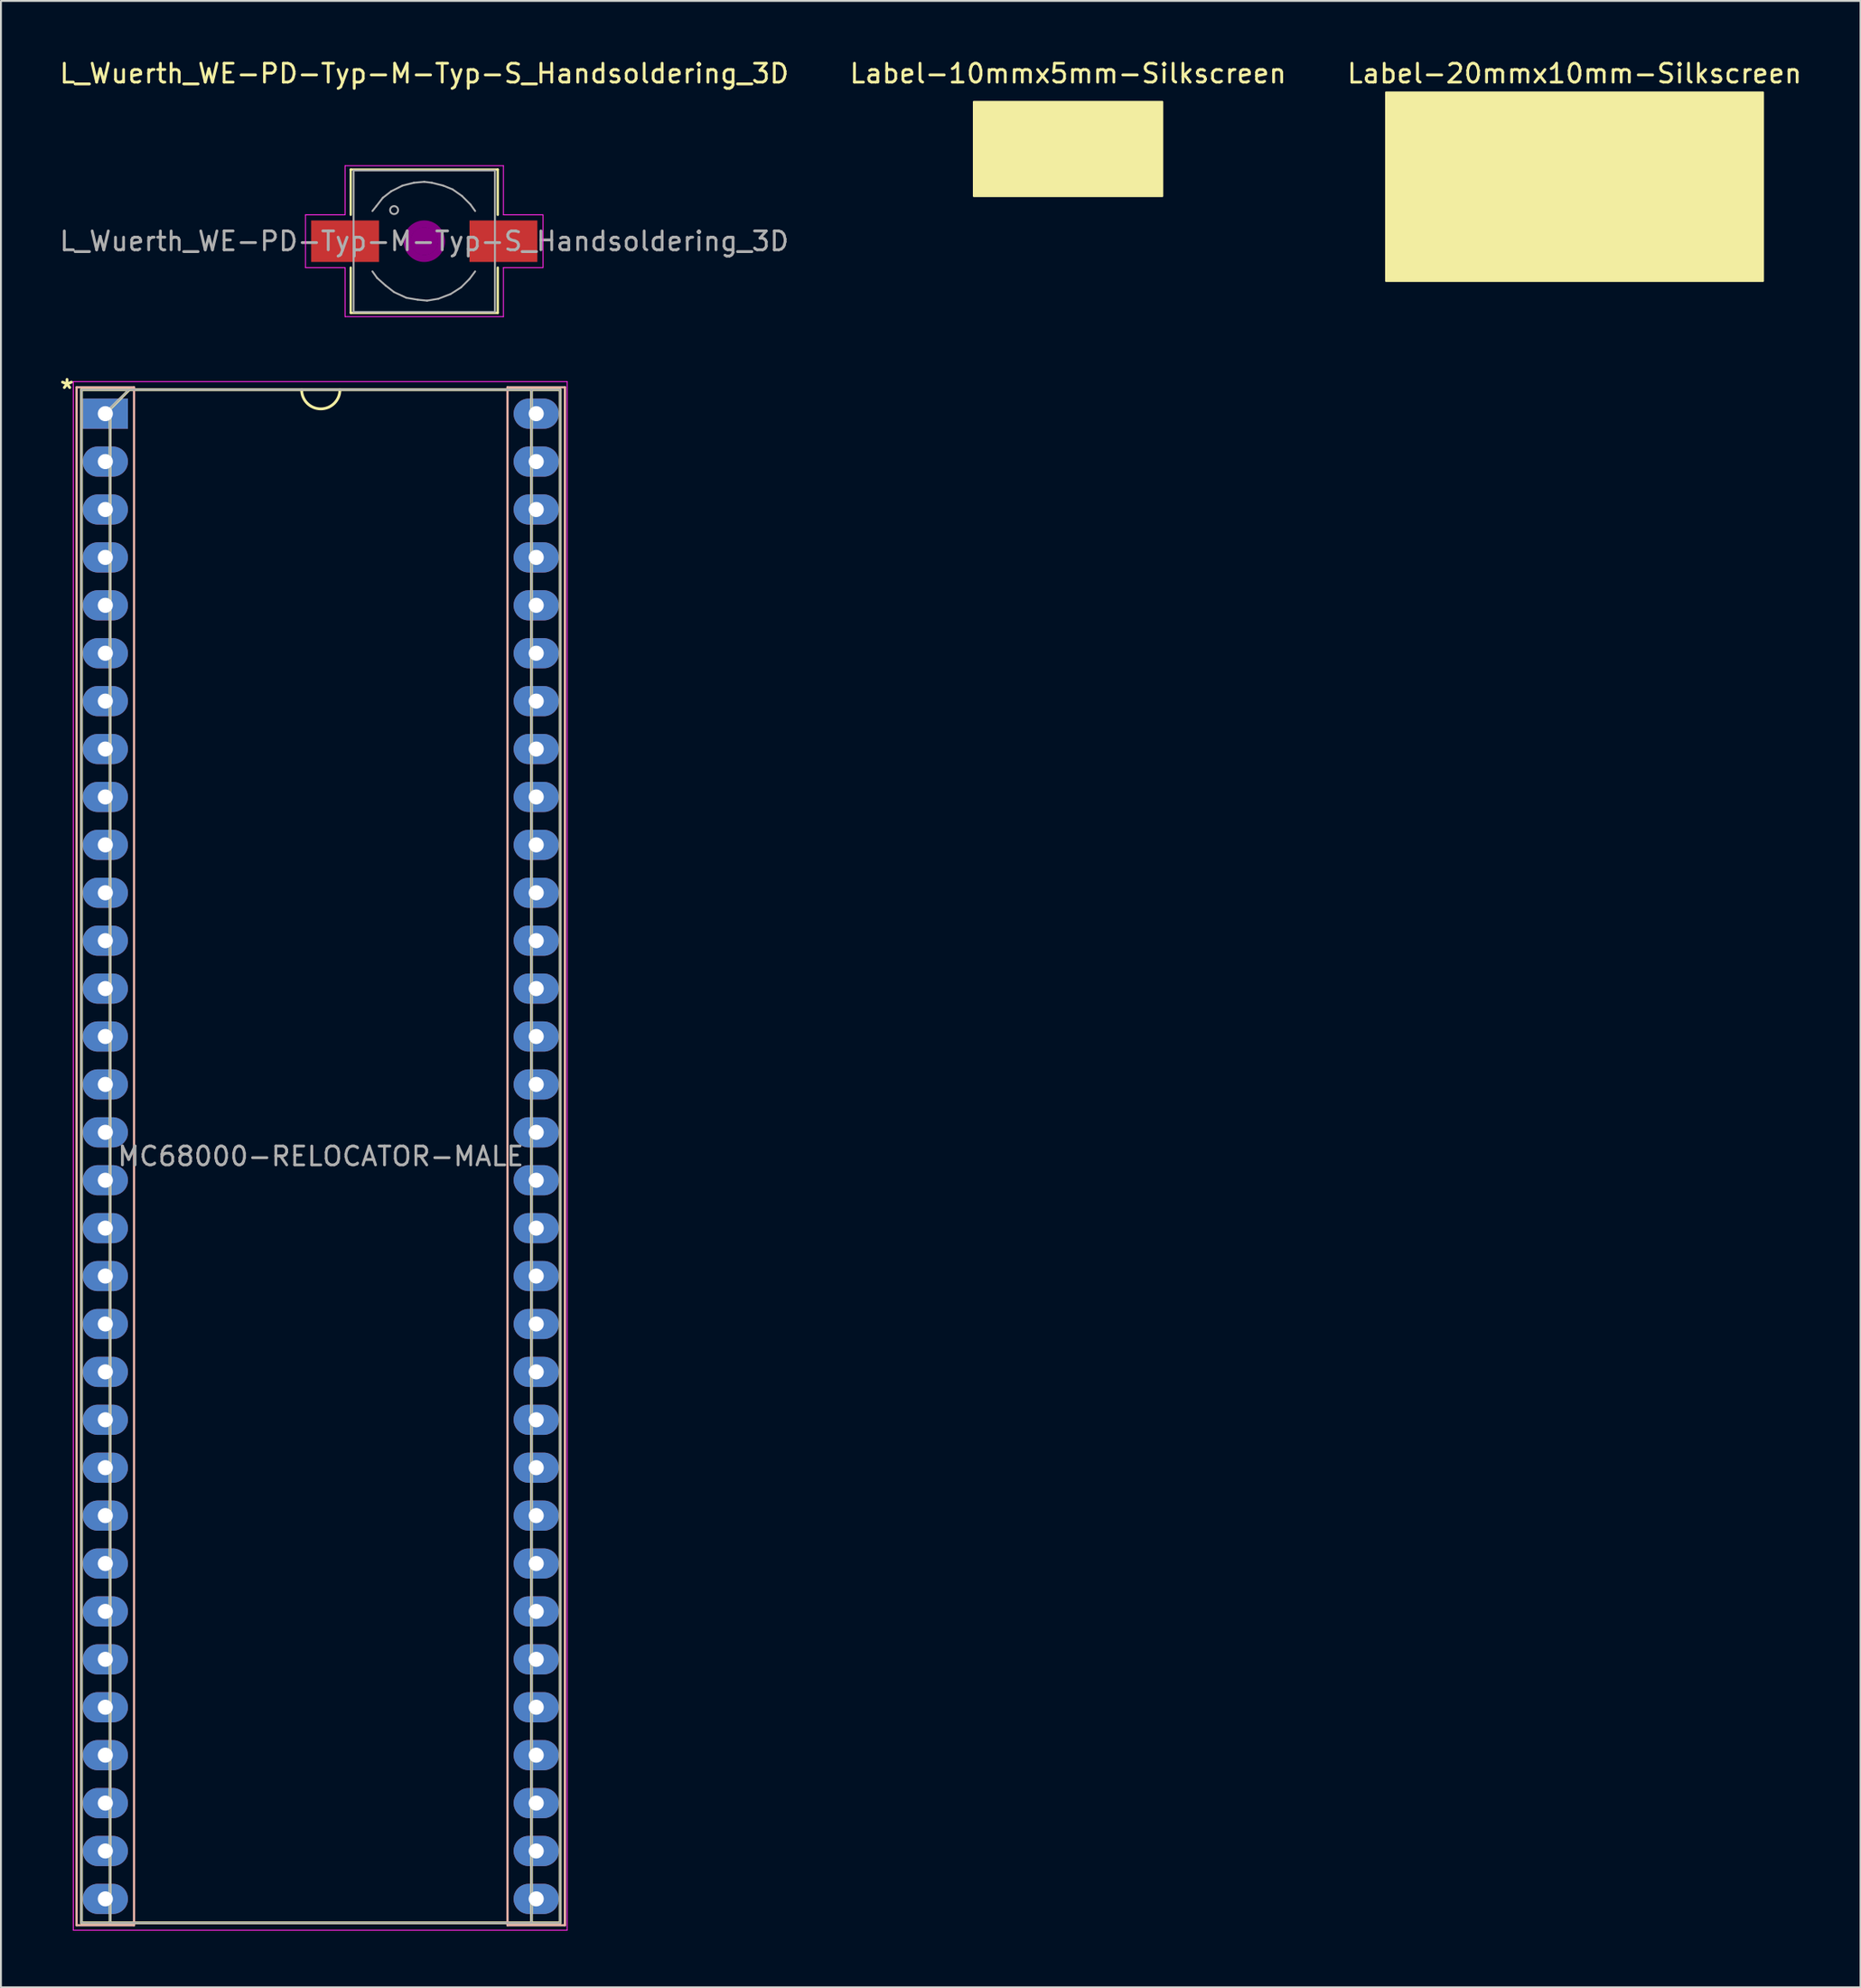
<source format=kicad_pcb>
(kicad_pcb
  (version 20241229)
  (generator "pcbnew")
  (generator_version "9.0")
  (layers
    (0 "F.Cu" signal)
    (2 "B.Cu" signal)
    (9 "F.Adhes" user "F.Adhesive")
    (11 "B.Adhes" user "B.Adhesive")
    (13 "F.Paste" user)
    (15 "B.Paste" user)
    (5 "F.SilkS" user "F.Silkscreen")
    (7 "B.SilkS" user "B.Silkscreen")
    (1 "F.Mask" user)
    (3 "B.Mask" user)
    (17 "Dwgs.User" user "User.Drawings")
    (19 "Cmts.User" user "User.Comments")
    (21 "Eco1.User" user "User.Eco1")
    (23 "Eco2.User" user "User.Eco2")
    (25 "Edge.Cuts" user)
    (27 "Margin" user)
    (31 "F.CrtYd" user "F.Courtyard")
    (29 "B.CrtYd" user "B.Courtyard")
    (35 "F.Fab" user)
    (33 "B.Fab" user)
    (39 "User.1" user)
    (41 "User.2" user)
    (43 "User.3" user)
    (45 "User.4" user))
  (footprint "MC68000-RELOCATOR-MALE"
    (layer "F.Cu")
    (at 2.538 18.881)
    (property "Reference" "MC68000-RELOCATOR-MALE" (at 11.43 39.37 0) (layer "F.Fab") (effects (font (size 1 1) (thickness 0.15))))
    (attr through_hole)
    (fp_line (start -1.27 -1.27) (end -1.27 80.01) (stroke (width 0.15) (type solid)) (layer "F.SilkS"))
    (fp_line (start -1.27 80.01) (end 24.13 80.01) (stroke (width 0.15) (type solid)) (layer "F.SilkS"))
    (fp_line (start 0.254 -0.254) (end 1.27 -1.27) (stroke (width 0.15) (type solid)) (layer "F.SilkS"))
    (fp_line (start 0.254 80.01) (end 0.254 -0.254) (stroke (width 0.15) (type solid)) (layer "F.SilkS"))
    (fp_line (start 22.606 -1.27) (end 22.606 80.01) (stroke (width 0.15) (type solid)) (layer "F.SilkS"))
    (fp_line (start 24.13 -1.27) (end -1.27 -1.27) (stroke (width 0.15) (type solid)) (layer "F.SilkS"))
    (fp_line (start 24.13 80.01) (end 24.13 -1.27) (stroke (width 0.15) (type solid)) (layer "F.SilkS"))
    (fp_arc (start 12.446 -1.27) (mid 11.43 -0.254) (end 10.414 -1.27) (stroke (width 0.15) (type solid)) (layer "F.SilkS"))
    (fp_line (start -1.524 -1.397) (end -1.524 80.137) (stroke (width 0.12) (type solid)) (layer "B.SilkS"))
    (fp_line (start -1.524 80.137) (end 1.524 80.137) (stroke (width 0.12) (type solid)) (layer "B.SilkS"))
    (fp_line (start 1.524 -1.397) (end -1.524 -1.397) (stroke (width 0.12) (type solid)) (layer "B.SilkS"))
    (fp_line (start 1.524 -1.397) (end 1.524 80.137) (stroke (width 0.12) (type solid)) (layer "B.SilkS"))
    (fp_line (start 21.336 80.137) (end 21.336 -1.397) (stroke (width 0.12) (type solid)) (layer "B.SilkS"))
    (fp_line (start 24.384 -1.397) (end 21.336 -1.397) (stroke (width 0.12) (type solid)) (layer "B.SilkS"))
    (fp_line (start 24.384 80.137) (end 21.336 80.137) (stroke (width 0.12) (type solid)) (layer "B.SilkS"))
    (fp_line (start 24.384 80.137) (end 24.384 -1.397) (stroke (width 0.12) (type solid)) (layer "B.SilkS"))
    (fp_line (start -1.7 -1.7) (end -1.7 80.4) (stroke (width 0.05) (type solid)) (layer "F.CrtYd"))
    (fp_line (start -1.7 80.4) (end 24.5 80.4) (stroke (width 0.05) (type solid)) (layer "F.CrtYd"))
    (fp_line (start 24.5 -1.7) (end -1.7 -1.7) (stroke (width 0.05) (type solid)) (layer "F.CrtYd"))
    (fp_line (start 24.5 80.4) (end 24.5 -1.7) (stroke (width 0.05) (type solid)) (layer "F.CrtYd"))
    (fp_line (start -1.27 -1.27) (end -1.27 80.01) (stroke (width 0.1) (type solid)) (layer "F.Fab"))
    (fp_line (start -1.27 80.01) (end 24.13 80.01) (stroke (width 0.1) (type solid)) (layer "F.Fab"))
    (fp_line (start 0.255 -0.27) (end 1.255 -1.27) (stroke (width 0.1) (type solid)) (layer "F.Fab"))
    (fp_line (start 0.255 80.01) (end 0.255 -0.27) (stroke (width 0.1) (type solid)) (layer "F.Fab"))
    (fp_line (start 1.255 -1.27) (end 22.605 -1.27) (stroke (width 0.1) (type solid)) (layer "F.Fab"))
    (fp_line (start 22.605 -1.27) (end 22.605 80.01) (stroke (width 0.1) (type solid)) (layer "F.Fab"))
    (fp_line (start 22.605 80.01) (end 0.255 80.01) (stroke (width 0.1) (type solid)) (layer "F.Fab"))
    (fp_line (start 24.13 -1.27) (end -1.27 -1.27) (stroke (width 0.1) (type solid)) (layer "F.Fab"))
    (fp_line (start 24.13 80.01) (end 24.13 -1.27) (stroke (width 0.1) (type solid)) (layer "F.Fab"))
    (fp_text user "*" (at -2.032 -1.27 0) (layer "F.SilkS") (effects (font (size 1 1) (thickness 0.15))))
    (pad "1" thru_hole rect (at 0 0) (size 2.4 1.6) (drill 0.8) (layers "*.Cu" "*.Mask"))
    (pad "2" thru_hole oval (at 0 2.54) (size 2.4 1.6) (drill 0.8) (layers "*.Cu" "*.Mask"))
    (pad "3" thru_hole oval (at 0 5.08) (size 2.4 1.6) (drill 0.8) (layers "*.Cu" "*.Mask"))
    (pad "4" thru_hole oval (at 0 7.62) (size 2.4 1.6) (drill 0.8) (layers "*.Cu" "*.Mask"))
    (pad "5" thru_hole oval (at 0 10.16) (size 2.4 1.6) (drill 0.8) (layers "*.Cu" "*.Mask"))
    (pad "6" thru_hole oval (at 0 12.7) (size 2.4 1.6) (drill 0.8) (layers "*.Cu" "*.Mask"))
    (pad "7" thru_hole oval (at 0 15.24) (size 2.4 1.6) (drill 0.8) (layers "*.Cu" "*.Mask"))
    (pad "8" thru_hole oval (at 0 17.78) (size 2.4 1.6) (drill 0.8) (layers "*.Cu" "*.Mask"))
    (pad "9" thru_hole oval (at 0 20.32) (size 2.4 1.6) (drill 0.8) (layers "*.Cu" "*.Mask"))
    (pad "10" thru_hole oval (at 0 22.86) (size 2.4 1.6) (drill 0.8) (layers "*.Cu" "*.Mask"))
    (pad "11" thru_hole oval (at 0 25.4) (size 2.4 1.6) (drill 0.8) (layers "*.Cu" "*.Mask"))
    (pad "12" thru_hole oval (at 0 27.94) (size 2.4 1.6) (drill 0.8) (layers "*.Cu" "*.Mask"))
    (pad "13" thru_hole oval (at 0 30.48) (size 2.4 1.6) (drill 0.8) (layers "*.Cu" "*.Mask"))
    (pad "14" thru_hole oval (at 0 33.02) (size 2.4 1.6) (drill 0.8) (layers "*.Cu" "*.Mask"))
    (pad "15" thru_hole oval (at 0 35.56) (size 2.4 1.6) (drill 0.8) (layers "*.Cu" "*.Mask"))
    (pad "16" thru_hole oval (at 0 38.1) (size 2.4 1.6) (drill 0.8) (layers "*.Cu" "*.Mask"))
    (pad "17" thru_hole oval (at 0 40.64) (size 2.4 1.6) (drill 0.8) (layers "*.Cu" "*.Mask"))
    (pad "18" thru_hole oval (at 0 43.18) (size 2.4 1.6) (drill 0.8) (layers "*.Cu" "*.Mask"))
    (pad "19" thru_hole oval (at 0 45.72) (size 2.4 1.6) (drill 0.8) (layers "*.Cu" "*.Mask"))
    (pad "20" thru_hole oval (at 0 48.26) (size 2.4 1.6) (drill 0.8) (layers "*.Cu" "*.Mask"))
    (pad "21" thru_hole oval (at 0 50.8) (size 2.4 1.6) (drill 0.8) (layers "*.Cu" "*.Mask"))
    (pad "22" thru_hole oval (at 0 53.34) (size 2.4 1.6) (drill 0.8) (layers "*.Cu" "*.Mask"))
    (pad "23" thru_hole oval (at 0 55.88) (size 2.4 1.6) (drill 0.8) (layers "*.Cu" "*.Mask"))
    (pad "24" thru_hole oval (at 0 58.42) (size 2.4 1.6) (drill 0.8) (layers "*.Cu" "*.Mask"))
    (pad "25" thru_hole oval (at 0 60.96) (size 2.4 1.6) (drill 0.8) (layers "*.Cu" "*.Mask"))
    (pad "26" thru_hole oval (at 0 63.5) (size 2.4 1.6) (drill 0.8) (layers "*.Cu" "*.Mask"))
    (pad "27" thru_hole oval (at 0 66.04) (size 2.4 1.6) (drill 0.8) (layers "*.Cu" "*.Mask"))
    (pad "28" thru_hole oval (at 0 68.58) (size 2.4 1.6) (drill 0.8) (layers "*.Cu" "*.Mask"))
    (pad "29" thru_hole oval (at 0 71.12) (size 2.4 1.6) (drill 0.8) (layers "*.Cu" "*.Mask"))
    (pad "30" thru_hole oval (at 0 73.66) (size 2.4 1.6) (drill 0.8) (layers "*.Cu" "*.Mask"))
    (pad "31" thru_hole oval (at 0 76.2) (size 2.4 1.6) (drill 0.8) (layers "*.Cu" "*.Mask"))
    (pad "32" thru_hole oval (at 0 78.74) (size 2.4 1.6) (drill 0.8) (layers "*.Cu" "*.Mask"))
    (pad "33" thru_hole oval (at 22.86 78.74) (size 2.4 1.6) (drill 0.8) (layers "*.Cu" "*.Mask"))
    (pad "34" thru_hole oval (at 22.86 76.2) (size 2.4 1.6) (drill 0.8) (layers "*.Cu" "*.Mask"))
    (pad "35" thru_hole oval (at 22.86 73.66) (size 2.4 1.6) (drill 0.8) (layers "*.Cu" "*.Mask"))
    (pad "36" thru_hole oval (at 22.86 71.12) (size 2.4 1.6) (drill 0.8) (layers "*.Cu" "*.Mask"))
    (pad "37" thru_hole oval (at 22.86 68.58) (size 2.4 1.6) (drill 0.8) (layers "*.Cu" "*.Mask"))
    (pad "38" thru_hole oval (at 22.86 66.04) (size 2.4 1.6) (drill 0.8) (layers "*.Cu" "*.Mask"))
    (pad "39" thru_hole oval (at 22.86 63.5) (size 2.4 1.6) (drill 0.8) (layers "*.Cu" "*.Mask"))
    (pad "40" thru_hole oval (at 22.86 60.96) (size 2.4 1.6) (drill 0.8) (layers "*.Cu" "*.Mask"))
    (pad "41" thru_hole oval (at 22.86 58.42) (size 2.4 1.6) (drill 0.8) (layers "*.Cu" "*.Mask"))
    (pad "42" thru_hole oval (at 22.86 55.88) (size 2.4 1.6) (drill 0.8) (layers "*.Cu" "*.Mask"))
    (pad "43" thru_hole oval (at 22.86 53.34) (size 2.4 1.6) (drill 0.8) (layers "*.Cu" "*.Mask"))
    (pad "44" thru_hole oval (at 22.86 50.8) (size 2.4 1.6) (drill 0.8) (layers "*.Cu" "*.Mask"))
    (pad "45" thru_hole oval (at 22.86 48.26) (size 2.4 1.6) (drill 0.8) (layers "*.Cu" "*.Mask"))
    (pad "46" thru_hole oval (at 22.86 45.72) (size 2.4 1.6) (drill 0.8) (layers "*.Cu" "*.Mask"))
    (pad "47" thru_hole oval (at 22.86 43.18) (size 2.4 1.6) (drill 0.8) (layers "*.Cu" "*.Mask"))
    (pad "48" thru_hole oval (at 22.86 40.64) (size 2.4 1.6) (drill 0.8) (layers "*.Cu" "*.Mask"))
    (pad "49" thru_hole oval (at 22.86 38.1) (size 2.4 1.6) (drill 0.8) (layers "*.Cu" "*.Mask"))
    (pad "50" thru_hole oval (at 22.86 35.56) (size 2.4 1.6) (drill 0.8) (layers "*.Cu" "*.Mask"))
    (pad "51" thru_hole oval (at 22.86 33.02) (size 2.4 1.6) (drill 0.8) (layers "*.Cu" "*.Mask"))
    (pad "52" thru_hole oval (at 22.86 30.48) (size 2.4 1.6) (drill 0.8) (layers "*.Cu" "*.Mask"))
    (pad "53" thru_hole oval (at 22.86 27.94) (size 2.4 1.6) (drill 0.8) (layers "*.Cu" "*.Mask"))
    (pad "54" thru_hole oval (at 22.86 25.4) (size 2.4 1.6) (drill 0.8) (layers "*.Cu" "*.Mask"))
    (pad "55" thru_hole oval (at 22.86 22.86) (size 2.4 1.6) (drill 0.8) (layers "*.Cu" "*.Mask"))
    (pad "56" thru_hole oval (at 22.86 20.32) (size 2.4 1.6) (drill 0.8) (layers "*.Cu" "*.Mask"))
    (pad "57" thru_hole oval (at 22.86 17.78) (size 2.4 1.6) (drill 0.8) (layers "*.Cu" "*.Mask"))
    (pad "58" thru_hole oval (at 22.86 15.24) (size 2.4 1.6) (drill 0.8) (layers "*.Cu" "*.Mask"))
    (pad "59" thru_hole oval (at 22.86 12.7) (size 2.4 1.6) (drill 0.8) (layers "*.Cu" "*.Mask"))
    (pad "60" thru_hole oval (at 22.86 10.16) (size 2.4 1.6) (drill 0.8) (layers "*.Cu" "*.Mask"))
    (pad "61" thru_hole oval (at 22.86 7.62) (size 2.4 1.6) (drill 0.8) (layers "*.Cu" "*.Mask"))
    (pad "62" thru_hole oval (at 22.86 5.08) (size 2.4 1.6) (drill 0.8) (layers "*.Cu" "*.Mask"))
    (pad "63" thru_hole oval (at 22.86 2.54) (size 2.4 1.6) (drill 0.8) (layers "*.Cu" "*.Mask"))
    (pad "64" thru_hole oval (at 22.86 0) (size 2.4 1.6) (drill 0.8) (layers "*.Cu" "*.Mask")))
  (footprint "L_Wuerth_WE-PD-Typ-M-Typ-S_Handsoldering_3D"
    (layer "F.Cu")
    (at 19.458 9.738)
    (property "Reference" "L_Wuerth_WE-PD-Typ-M-Typ-S_Handsoldering_3D" (at 0 -8.89 0) (layer "F.SilkS") (effects (font (size 1 1) (thickness 0.15))))
    (attr smd)
    (fp_line (start -3.9 -1.4) (end -3.9 -3.8) (stroke (width 0.12) (type solid)) (layer "F.SilkS"))
    (fp_line (start -3.9 1.4) (end -3.9 3.8) (stroke (width 0.12) (type solid)) (layer "F.SilkS"))
    (fp_line (start -3.9 3.8) (end 3.9 3.8) (stroke (width 0.12) (type solid)) (layer "F.SilkS"))
    (fp_line (start 3.9 -3.8) (end -3.9 -3.8) (stroke (width 0.12) (type solid)) (layer "F.SilkS"))
    (fp_line (start 3.9 -1.4) (end 3.9 -3.8) (stroke (width 0.12) (type solid)) (layer "F.SilkS"))
    (fp_line (start 3.9 3.8) (end 3.9 1.4) (stroke (width 0.12) (type solid)) (layer "F.SilkS"))
    (fp_circle (center 0 0) (end 0.15 0.15) (stroke (width 0.38) (type solid)) (fill no) (layer "F.Adhes"))
    (fp_circle (center 0 0) (end 0.55 0.05) (stroke (width 0.38) (type solid)) (fill no) (layer "F.Adhes"))
    (fp_circle (center 0 0) (end 0.9 0.15) (stroke (width 0.38) (type solid)) (fill no) (layer "F.Adhes"))
    (fp_line (start -6.3 -1.4) (end -6.3 1.4) (stroke (width 0.05) (type solid)) (layer "F.CrtYd"))
    (fp_line (start -6.3 1.4) (end -4.2 1.4) (stroke (width 0.05) (type solid)) (layer "F.CrtYd"))
    (fp_line (start -4.2 -4) (end -4.2 -1.4) (stroke (width 0.05) (type solid)) (layer "F.CrtYd"))
    (fp_line (start -4.2 -1.4) (end -6.3 -1.4) (stroke (width 0.05) (type solid)) (layer "F.CrtYd"))
    (fp_line (start -4.2 1.4) (end -4.2 4) (stroke (width 0.05) (type solid)) (layer "F.CrtYd"))
    (fp_line (start -4.2 4) (end 4.2 4) (stroke (width 0.05) (type solid)) (layer "F.CrtYd"))
    (fp_line (start 4.2 -4) (end -4.2 -4) (stroke (width 0.05) (type solid)) (layer "F.CrtYd"))
    (fp_line (start 4.2 -1.4) (end 4.2 -4) (stroke (width 0.05) (type solid)) (layer "F.CrtYd"))
    (fp_line (start 4.2 1.4) (end 6.3 1.4) (stroke (width 0.05) (type solid)) (layer "F.CrtYd"))
    (fp_line (start 4.2 4) (end 4.2 1.4) (stroke (width 0.05) (type solid)) (layer "F.CrtYd"))
    (fp_line (start 6.3 -1.4) (end 4.2 -1.4) (stroke (width 0.05) (type solid)) (layer "F.CrtYd"))
    (fp_line (start 6.3 1.4) (end 6.3 -1.4) (stroke (width 0.05) (type solid)) (layer "F.CrtYd"))
    (fp_line (start -3.75 -3.75) (end -3.75 3.75) (stroke (width 0.1) (type solid)) (layer "F.Fab"))
    (fp_line (start -3.75 3.75) (end 3.75 3.75) (stroke (width 0.1) (type solid)) (layer "F.Fab"))
    (fp_line (start -2.75 1.6) (end -2.5 1.95) (stroke (width 0.1) (type solid)) (layer "F.Fab"))
    (fp_line (start -2.55 -1.85) (end -2.75 -1.6) (stroke (width 0.1) (type solid)) (layer "F.Fab"))
    (fp_line (start -2.5 1.95) (end -2.05 2.35) (stroke (width 0.1) (type solid)) (layer "F.Fab"))
    (fp_line (start -2.2 -2.3) (end -2.55 -1.85) (stroke (width 0.1) (type solid)) (layer "F.Fab"))
    (fp_line (start -2.05 2.35) (end -1.6 2.7) (stroke (width 0.1) (type solid)) (layer "F.Fab"))
    (fp_line (start -1.75 -2.65) (end -2.2 -2.3) (stroke (width 0.1) (type solid)) (layer "F.Fab"))
    (fp_line (start -1.6 2.7) (end -0.95 3) (stroke (width 0.1) (type solid)) (layer "F.Fab"))
    (fp_line (start -1.15 -2.95) (end -1.75 -2.65) (stroke (width 0.1) (type solid)) (layer "F.Fab"))
    (fp_line (start -0.95 3) (end -0.35 3.1) (stroke (width 0.1) (type solid)) (layer "F.Fab"))
    (fp_line (start -0.55 -3.1) (end -1.15 -2.95) (stroke (width 0.1) (type solid)) (layer "F.Fab"))
    (fp_line (start -0.35 3.1) (end 0.15 3.15) (stroke (width 0.1) (type solid)) (layer "F.Fab"))
    (fp_line (start 0 -3.15) (end -0.55 -3.1) (stroke (width 0.1) (type solid)) (layer "F.Fab"))
    (fp_line (start 0.15 3.15) (end 0.75 3.05) (stroke (width 0.1) (type solid)) (layer "F.Fab"))
    (fp_line (start 0.4 -3.1) (end 0 -3.15) (stroke (width 0.1) (type solid)) (layer "F.Fab"))
    (fp_line (start 0.75 3.05) (end 1.4 2.8) (stroke (width 0.1) (type solid)) (layer "F.Fab"))
    (fp_line (start 1 -2.95) (end 0.4 -3.1) (stroke (width 0.1) (type solid)) (layer "F.Fab"))
    (fp_line (start 1.4 2.8) (end 1.95 2.45) (stroke (width 0.1) (type solid)) (layer "F.Fab"))
    (fp_line (start 1.5 -2.75) (end 1 -2.95) (stroke (width 0.1) (type solid)) (layer "F.Fab"))
    (fp_line (start 1.95 2.45) (end 2.4 2) (stroke (width 0.1) (type solid)) (layer "F.Fab"))
    (fp_line (start 2 -2.4) (end 1.5 -2.75) (stroke (width 0.1) (type solid)) (layer "F.Fab"))
    (fp_line (start 2.4 2) (end 2.7 1.6) (stroke (width 0.1) (type solid)) (layer "F.Fab"))
    (fp_line (start 2.45 -1.95) (end 2 -2.4) (stroke (width 0.1) (type solid)) (layer "F.Fab"))
    (fp_line (start 2.7 -1.6) (end 2.45 -1.95) (stroke (width 0.1) (type solid)) (layer "F.Fab"))
    (fp_line (start 3.75 -3.75) (end -3.75 -3.75) (stroke (width 0.1) (type solid)) (layer "F.Fab"))
    (fp_line (start 3.75 3.75) (end 3.75 -3.75) (stroke (width 0.1) (type solid)) (layer "F.Fab"))
    (fp_circle (center -1.6 -1.65) (end -1.45 -1.5) (stroke (width 0.1) (type solid)) (fill no) (layer "F.Fab"))
    (fp_text user "${REFERENCE}" (at 0 0 0) (layer "F.Fab") (effects (font (size 1 1) (thickness 0.15))))
    (pad "1" smd rect (at -4.2 0) (size 3.6 2.2) (layers "F.Cu" "F.Mask" "F.Paste"))
    (pad "2" smd rect (at 4.2 0) (size 3.6 2.2) (layers "F.Cu" "F.Mask" "F.Paste")))
  (footprint "Label-20mmx10mm-Silkscreen"
    (layer "F.Cu")
    (at 80.482 6.848)
    (property "Reference" "Label-20mmx10mm-Silkscreen" (at 0 -6 0) (layer "F.SilkS") (effects (font (size 1 1) (thickness 0.15))))
    (attr exclude_from_pos_files exclude_from_bom)
    (fp_poly (pts (xy 10 5) (xy -10 5) (xy -10 -5) (xy 10 -5)) (stroke (width 0.1) (type solid)) (fill yes) (layer "F.SilkS")))
  (footprint "Label-10mmx5mm-Silkscreen"
    (layer "F.Cu")
    (at 53.613 4.848)
    (property "Reference" "Label-10mmx5mm-Silkscreen" (at 0 -4 0) (layer "F.SilkS") (effects (font (size 1 1) (thickness 0.15))))
    (attr exclude_from_pos_files exclude_from_bom)
    (fp_poly (pts (xy 5 2.5) (xy -5 2.5) (xy -5 -2.5) (xy 5 -2.5)) (stroke (width 0.1) (type solid)) (fill yes) (layer "F.SilkS")))
  (gr_rect
    (start -3 -3)
    (end 95.655 102.306)
    (stroke (width 0.1) (type default))
    (fill no)
    (layer "Edge.Cuts")))
</source>
